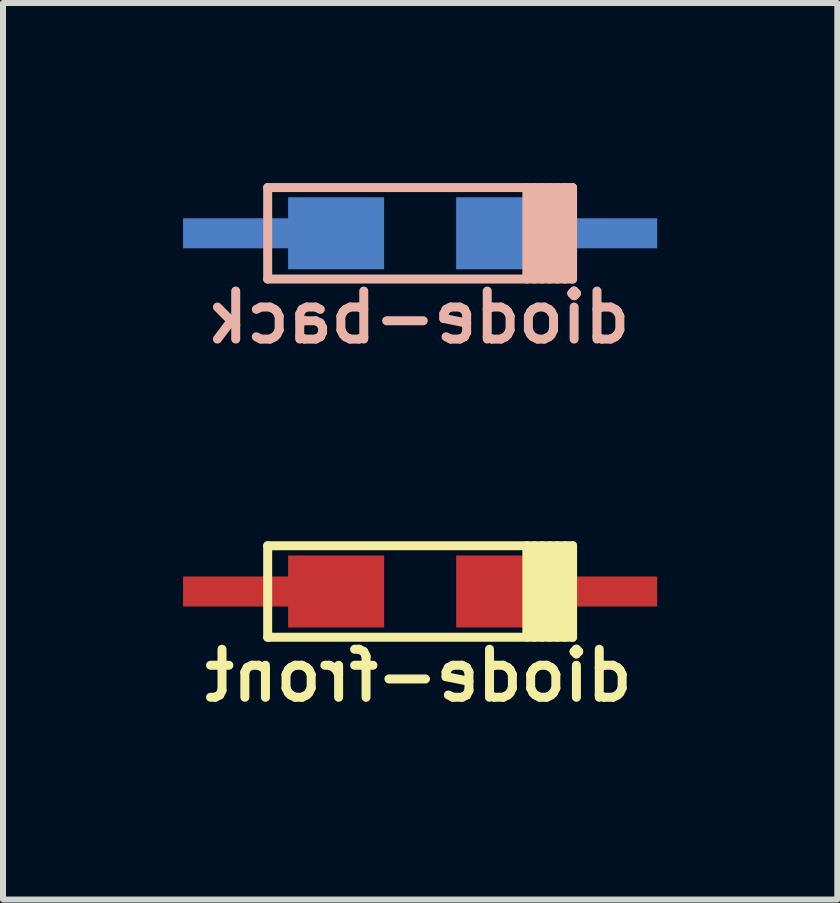
<source format=kicad_pcb>
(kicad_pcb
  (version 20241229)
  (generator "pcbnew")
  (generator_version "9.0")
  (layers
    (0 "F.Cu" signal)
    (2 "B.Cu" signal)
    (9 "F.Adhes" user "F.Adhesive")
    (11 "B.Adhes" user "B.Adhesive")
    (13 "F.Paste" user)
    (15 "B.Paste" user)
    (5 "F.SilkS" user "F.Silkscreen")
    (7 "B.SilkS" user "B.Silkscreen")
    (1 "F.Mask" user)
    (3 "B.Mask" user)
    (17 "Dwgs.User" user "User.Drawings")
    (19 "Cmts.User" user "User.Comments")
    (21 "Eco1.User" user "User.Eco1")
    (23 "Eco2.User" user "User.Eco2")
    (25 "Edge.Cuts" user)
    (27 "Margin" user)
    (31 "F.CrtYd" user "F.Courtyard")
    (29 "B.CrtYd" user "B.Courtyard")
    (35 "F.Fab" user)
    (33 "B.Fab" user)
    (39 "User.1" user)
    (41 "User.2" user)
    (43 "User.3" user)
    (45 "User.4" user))
  (footprint "diode-front"
    (layer "F.Cu")
    (at 3.95 6.805)
    (property "Reference" "diode-front" (at -0.025 1.4 0) (layer "F.SilkS") (effects (font (size 0.8 0.8) (thickness 0.15)) (justify mirror)))
    (attr smd)
    (fp_line (start -2.54 -0.762) (end -2.54 0.762) (stroke (width 0.15) (type solid)) (layer "F.SilkS"))
    (fp_line (start -2.54 0.762) (end 2.54 0.762) (stroke (width 0.15) (type solid)) (layer "F.SilkS"))
    (fp_line (start 1.778 0.762) (end 1.778 -0.762) (stroke (width 0.15) (type solid)) (layer "F.SilkS"))
    (fp_line (start 1.905 0.762) (end 1.905 -0.762) (stroke (width 0.15) (type solid)) (layer "F.SilkS"))
    (fp_line (start 2.032 -0.762) (end 2.032 0.762) (stroke (width 0.15) (type solid)) (layer "F.SilkS"))
    (fp_line (start 2.159 0.762) (end 2.159 -0.762) (stroke (width 0.15) (type solid)) (layer "F.SilkS"))
    (fp_line (start 2.286 -0.762) (end 2.286 0.762) (stroke (width 0.15) (type solid)) (layer "F.SilkS"))
    (fp_line (start 2.413 0.762) (end 2.413 -0.762) (stroke (width 0.15) (type solid)) (layer "F.SilkS"))
    (fp_line (start 2.54 -0.762) (end -2.54 -0.762) (stroke (width 0.15) (type solid)) (layer "F.SilkS"))
    (fp_line (start 2.54 0.762) (end 2.54 -0.762) (stroke (width 0.15) (type solid)) (layer "F.SilkS"))
    (pad "1" smd rect (at 1.4 0) (size 1.6 1.2) (layers "F.Cu" "F.Mask" "F.Paste"))
    (pad "1" smd rect (at 2.5 0) (size 2.9 0.5) (layers "F.Cu"))
    (pad "2" smd rect (at -2.5 0) (size 2.9 0.5) (layers "F.Cu"))
    (pad "2" smd rect (at -1.4 0) (size 1.6 1.2) (layers "F.Cu" "F.Mask" "F.Paste")))
  (footprint "diode-back"
    (layer "B.Cu")
    (at 3.95 0.837)
    (property "Reference" "diode-back" (at -0.025 1.4 0) (layer "B.SilkS") (effects (font (size 0.8 0.8) (thickness 0.15)) (justify mirror)))
    (attr smd)
    (fp_line (start -2.54 -0.762) (end -2.54 0.762) (stroke (width 0.15) (type solid)) (layer "B.SilkS"))
    (fp_line (start -2.54 0.762) (end 2.54 0.762) (stroke (width 0.15) (type solid)) (layer "B.SilkS"))
    (fp_line (start 1.778 0.762) (end 1.778 -0.762) (stroke (width 0.15) (type solid)) (layer "B.SilkS"))
    (fp_line (start 1.905 0.762) (end 1.905 -0.762) (stroke (width 0.15) (type solid)) (layer "B.SilkS"))
    (fp_line (start 2.032 -0.762) (end 2.032 0.762) (stroke (width 0.15) (type solid)) (layer "B.SilkS"))
    (fp_line (start 2.159 0.762) (end 2.159 -0.762) (stroke (width 0.15) (type solid)) (layer "B.SilkS"))
    (fp_line (start 2.286 -0.762) (end 2.286 0.762) (stroke (width 0.15) (type solid)) (layer "B.SilkS"))
    (fp_line (start 2.413 0.762) (end 2.413 -0.762) (stroke (width 0.15) (type solid)) (layer "B.SilkS"))
    (fp_line (start 2.54 -0.762) (end -2.54 -0.762) (stroke (width 0.15) (type solid)) (layer "B.SilkS"))
    (fp_line (start 2.54 0.762) (end 2.54 -0.762) (stroke (width 0.15) (type solid)) (layer "B.SilkS"))
    (pad "1" smd rect (at 1.4 0) (size 1.6 1.2) (layers "B.Cu" "B.Mask" "B.Paste"))
    (pad "1" smd rect (at 2.5 0) (size 2.9 0.5) (layers "B.Cu"))
    (pad "2" smd rect (at -2.5 0) (size 2.9 0.5) (layers "B.Cu"))
    (pad "2" smd rect (at -1.4 0) (size 1.6 1.2) (layers "B.Cu" "B.Mask" "B.Paste")))
  (gr_rect
    (start -3 -3)
    (end 10.9 11.937)
    (stroke (width 0.1) (type default))
    (fill no)
    (layer "Edge.Cuts")))
</source>
